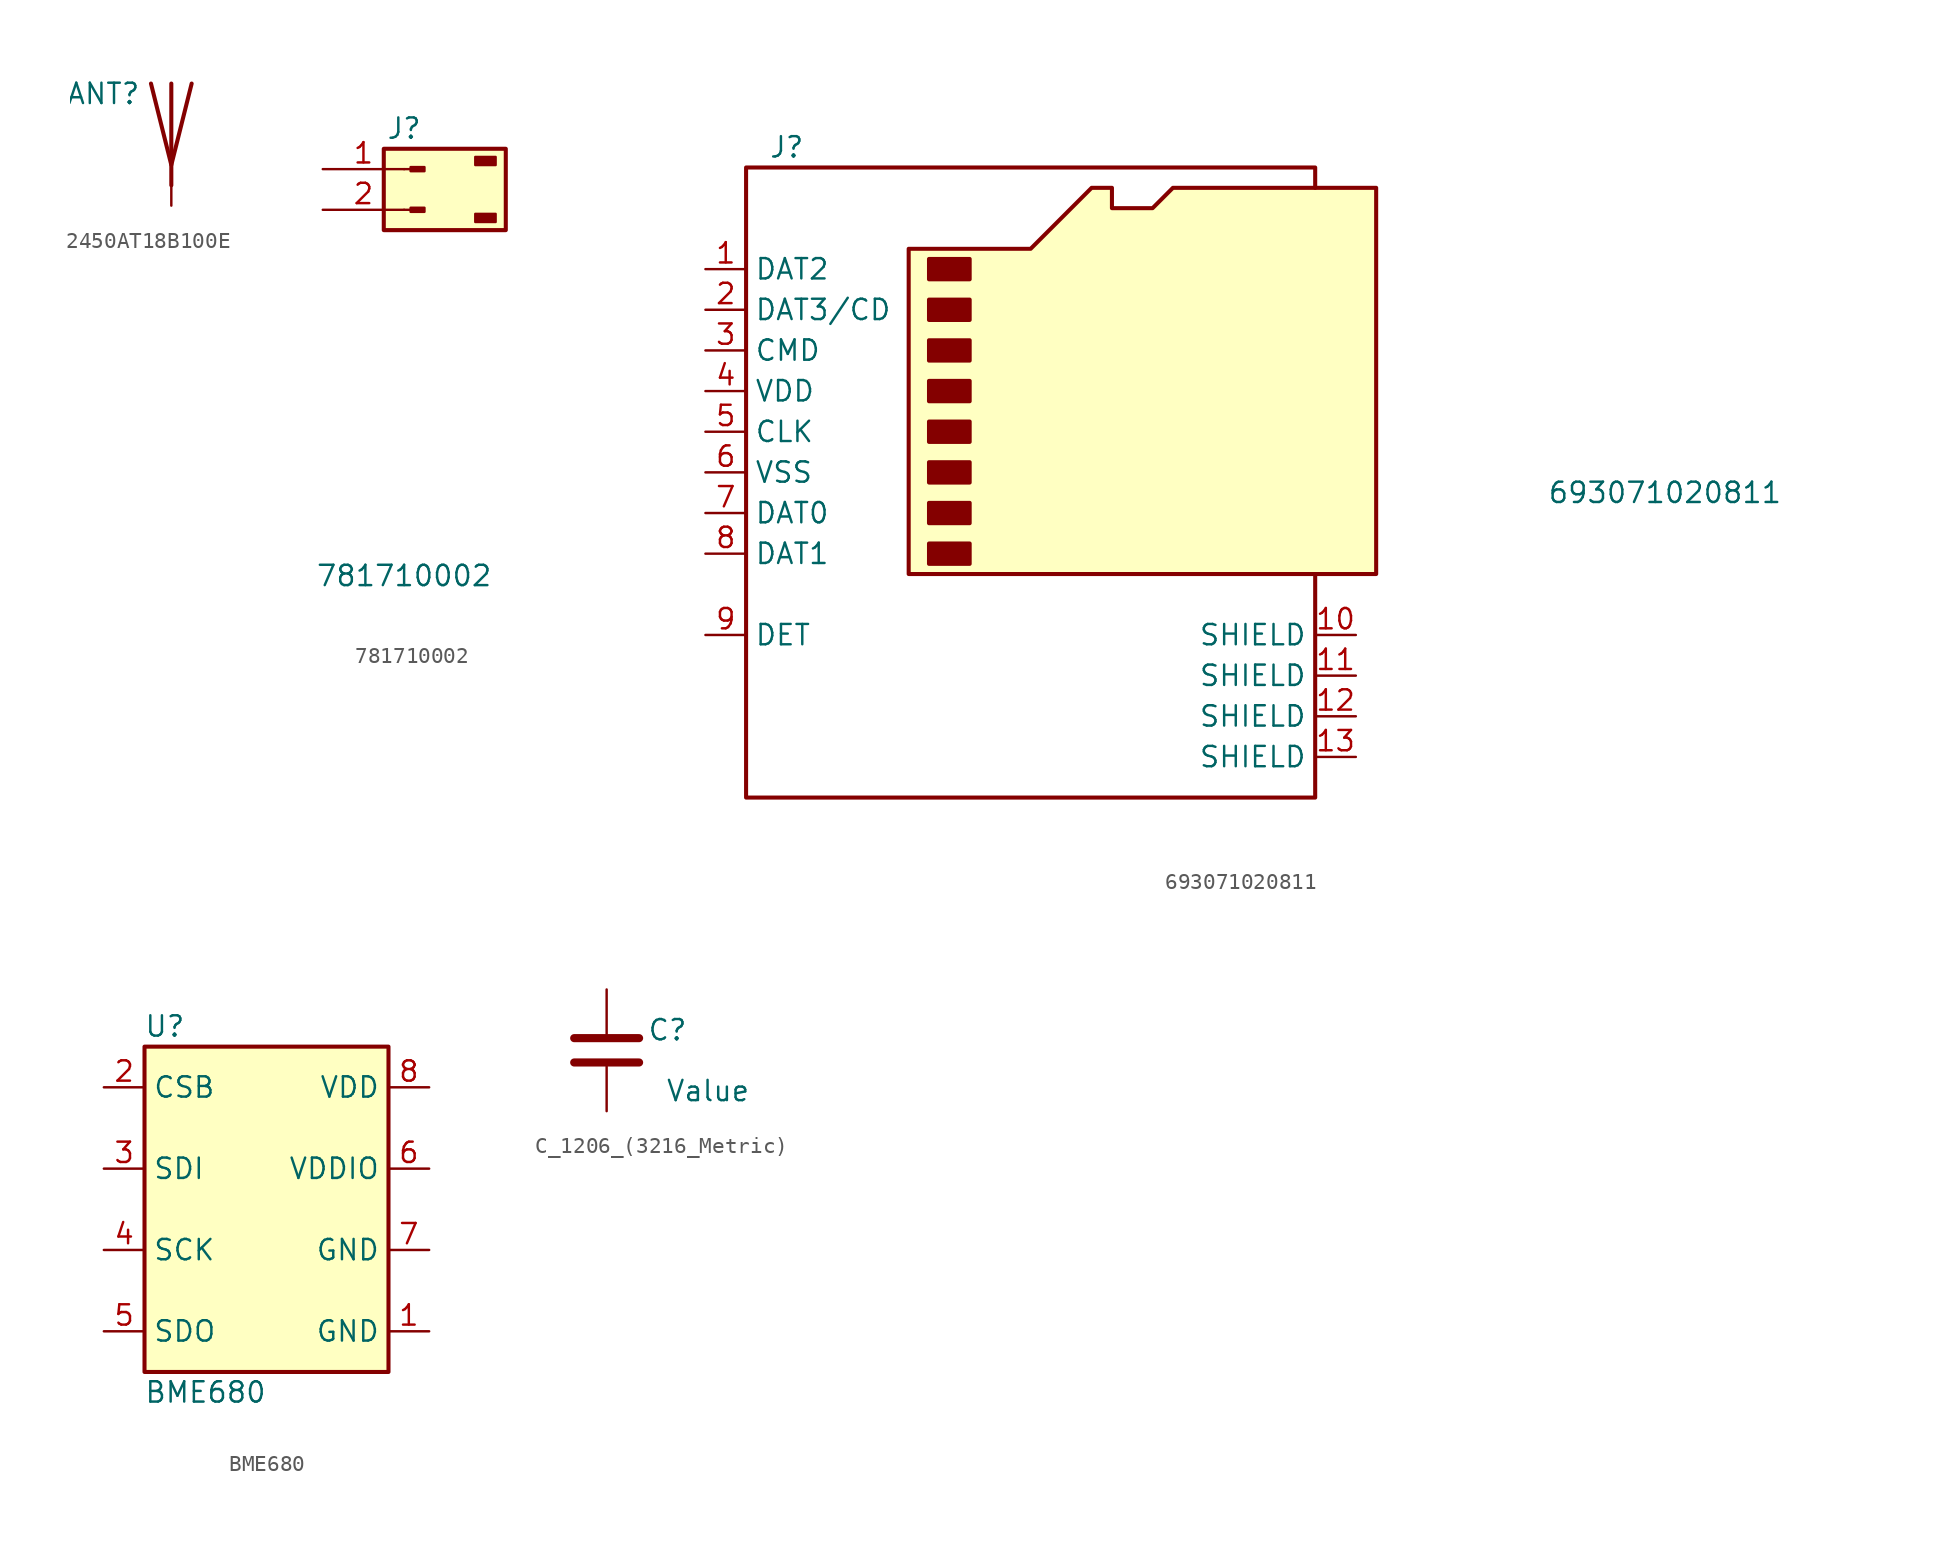
<source format=kicad_sym>
(kicad_symbol_lib
  (version 20220914)
  (generator kicad_symbol_editor)
  (symbol "2450AT18B100E"
    (pin_numbers hide)
    (pin_names
      (offset 1.016) hide)
    (property "Reference" "ANT"
      (at -1.905 1.905 0)
      (effects (font (size 1.27 1.27)) (justify right)))
    (symbol "2450AT18B100E_0_1"
      (polyline (pts (xy 0 2.54) (xy 0 -3.81)) (stroke (width 0.254) (type default)) (fill (type none)))
      (polyline (pts (xy 1.27 2.54) (xy 0 -2.54) (xy -1.27 2.54)) (stroke (width 0.254) (type default)) (fill (type none))))
    (symbol "2450AT18B100E_1_0"
      (pin no_connect line (at 2.54 -5.08 90) (length 2.54) hide (name "B" (effects (font (size 1.27 1.27)))) (number "2" (effects (font (size 1.27 1.27))))))
    (symbol "2450AT18B100E_1_1"
      (pin input line (at 0 -5.08 90) (length 2.54) (name "A" (effects (font (size 1.27 1.27)))) (number "1" (effects (font (size 1.27 1.27)))))))
  (symbol "781710002"
    (pin_names
      (offset 1.016) hide)
    (property "Reference" "J"
      (at 0 2.54 0)
      (effects (font (size 1.27 1.27))))
    (property "Value" "781710002"
      (at 0 -25.4 0)
      (effects (font (size 1.27 1.27))))
    (symbol "781710002_1_0"
      (pin no_connect line (at 2.54 -6.35 90) (length 2.54) hide (name "MP" (effects (font (size 1.27 1.27)))) (number "MP1" (effects (font (size 1.27 1.27)))))
      (pin no_connect line (at 2.54 -6.35 90) (length 2.54) hide (name "MP" (effects (font (size 1.27 1.27)))) (number "MP2" (effects (font (size 1.27 1.27))))))
    (symbol "781710002_1_1"
      (rectangle (start -1.27 1.27) (end 6.35 -3.81) (stroke (width 0.254) (type default)) (fill (type background)))
      (polyline (pts (xy 0 -2.54) (xy 0.406 -2.54)) (stroke (width 0.152) (type default)) (fill (type none)))
      (polyline (pts (xy 0 0) (xy 0.406 0)) (stroke (width 0.152) (type default)) (fill (type none)))
      (rectangle (start 0.406 -2.413) (end 1.27 -2.667) (stroke (width 0.152) (type default)) (fill (type outline)))
      (rectangle (start 0.406 0.127) (end 1.27 -0.127) (stroke (width 0.152) (type default)) (fill (type outline)))
      (rectangle (start 4.445 -2.794) (end 5.715 -3.302) (stroke (width 0) (type default)) (fill (type outline)))
      (rectangle (start 4.445 0.762) (end 5.715 0.254) (stroke (width 0) (type default)) (fill (type outline)))
      (pin passive line (at -5.08 0 0) (length 5.08) (name "Pin_1" (effects (font (size 1.27 1.27)))) (number "1" (effects (font (size 1.27 1.27)))))
      (pin passive line (at -5.08 -2.54 0) (length 5.08) (name "Pin_2" (effects (font (size 1.27 1.27)))) (number "2" (effects (font (size 1.27 1.27)))))))
  (symbol "693071020811"
    (property "Reference" "J"
      (at -16.51 17.78 0)
      (effects (font (size 1.27 1.27))))
    (property "Value" "693071020811"
      (at 45.72 -3.81 0)
      (effects (font (size 1.27 1.27)) (justify right)))
    (symbol "693071020811_0_1"
      (rectangle (start -7.62 -6.985) (end -5.08 -8.255) (stroke (width 0.254) (type default)) (fill (type outline)))
      (rectangle (start -7.62 -4.445) (end -5.08 -5.715) (stroke (width 0.254) (type default)) (fill (type outline)))
      (rectangle (start -7.62 -1.905) (end -5.08 -3.175) (stroke (width 0.254) (type default)) (fill (type outline)))
      (rectangle (start -7.62 0.635) (end -5.08 -0.635) (stroke (width 0.254) (type default)) (fill (type outline)))
      (rectangle (start -7.62 3.175) (end -5.08 1.905) (stroke (width 0.254) (type default)) (fill (type outline)))
      (rectangle (start -7.62 5.715) (end -5.08 4.445) (stroke (width 0.254) (type default)) (fill (type outline)))
      (rectangle (start -7.62 8.255) (end -5.08 6.985) (stroke (width 0.254) (type default)) (fill (type outline)))
      (rectangle (start -7.62 10.795) (end -5.08 9.525) (stroke (width 0.254) (type default)) (fill (type outline)))
      (polyline (pts (xy 16.51 15.24) (xy 16.51 16.51) (xy -19.05 16.51) (xy -19.05 -22.86) (xy 16.51 -22.86) (xy 16.51 -8.89)) (stroke (width 0.254) (type default)) (fill (type none)))
      (polyline (pts (xy -8.89 -8.89) (xy -8.89 11.43) (xy -1.27 11.43) (xy 2.54 15.24) (xy 3.81 15.24) (xy 3.81 13.97) (xy 6.35 13.97) (xy 7.62 15.24) (xy 20.32 15.24) (xy 20.32 -8.89) (xy -8.89 -8.89)) (stroke (width 0.254) (type default)) (fill (type background))))
    (symbol "693071020811_1_0"
      (pin passive line (at 19.05 -15.24 180) (length 2.54) (name "SHIELD" (effects (font (size 1.27 1.27)))) (number "11" (effects (font (size 1.27 1.27)))))
      (pin passive line (at 19.05 -17.78 180) (length 2.54) (name "SHIELD" (effects (font (size 1.27 1.27)))) (number "12" (effects (font (size 1.27 1.27)))))
      (pin passive line (at 19.05 -20.32 180) (length 2.54) (name "SHIELD" (effects (font (size 1.27 1.27)))) (number "13" (effects (font (size 1.27 1.27))))))
    (symbol "693071020811_1_1"
      (pin bidirectional line (at -21.59 10.16 0) (length 2.54) (name "DAT2" (effects (font (size 1.27 1.27)))) (number "1" (effects (font (size 1.27 1.27)))))
      (pin passive line (at 19.05 -12.7 180) (length 2.54) (name "SHIELD" (effects (font (size 1.27 1.27)))) (number "10" (effects (font (size 1.27 1.27)))))
      (pin bidirectional line (at -21.59 7.62 0) (length 2.54) (name "DAT3/CD" (effects (font (size 1.27 1.27)))) (number "2" (effects (font (size 1.27 1.27)))))
      (pin input line (at -21.59 5.08 0) (length 2.54) (name "CMD" (effects (font (size 1.27 1.27)))) (number "3" (effects (font (size 1.27 1.27)))))
      (pin power_in line (at -21.59 2.54 0) (length 2.54) (name "VDD" (effects (font (size 1.27 1.27)))) (number "4" (effects (font (size 1.27 1.27)))))
      (pin input line (at -21.59 0 0) (length 2.54) (name "CLK" (effects (font (size 1.27 1.27)))) (number "5" (effects (font (size 1.27 1.27)))))
      (pin power_in line (at -21.59 -2.54 0) (length 2.54) (name "VSS" (effects (font (size 1.27 1.27)))) (number "6" (effects (font (size 1.27 1.27)))))
      (pin bidirectional line (at -21.59 -5.08 0) (length 2.54) (name "DAT0" (effects (font (size 1.27 1.27)))) (number "7" (effects (font (size 1.27 1.27)))))
      (pin bidirectional line (at -21.59 -7.62 0) (length 2.54) (name "DAT1" (effects (font (size 1.27 1.27)))) (number "8" (effects (font (size 1.27 1.27)))))
      (pin passive line (at -21.59 -12.7 0) (length 2.54) (name "DET" (effects (font (size 1.27 1.27)))) (number "9" (effects (font (size 1.27 1.27)))))))
  (symbol "BME680"
    (property "Reference" "U"
      (at -8.89 11.43 0)
      (effects (font (size 1.27 1.27))))
    (property "Value" "BME680"
      (at -6.35 -11.43 0)
      (effects (font (size 1.27 1.27))))
    (symbol "BME680_0_1"
      (rectangle (start -10.16 10.16) (end 5.08 -10.16) (stroke (width 0.254) (type default)) (fill (type background))))
    (symbol "BME680_1_1"
      (pin power_in line (at 7.62 -7.62 180) (length 2.54) (name "GND" (effects (font (size 1.27 1.27)))) (number "1" (effects (font (size 1.27 1.27)))))
      (pin input line (at -12.7 7.62 0) (length 2.54) (name "CSB" (effects (font (size 1.27 1.27)))) (number "2" (effects (font (size 1.27 1.27)))))
      (pin bidirectional line (at -12.7 2.54 0) (length 2.54) (name "SDI" (effects (font (size 1.27 1.27)))) (number "3" (effects (font (size 1.27 1.27)))))
      (pin input line (at -12.7 -2.54 0) (length 2.54) (name "SCK" (effects (font (size 1.27 1.27)))) (number "4" (effects (font (size 1.27 1.27)))))
      (pin bidirectional line (at -12.7 -7.62 0) (length 2.54) (name "SDO" (effects (font (size 1.27 1.27)))) (number "5" (effects (font (size 1.27 1.27)))))
      (pin power_in line (at 7.62 2.54 180) (length 2.54) (name "VDDIO" (effects (font (size 1.27 1.27)))) (number "6" (effects (font (size 1.27 1.27)))))
      (pin power_in line (at 7.62 -2.54 180) (length 2.54) (name "GND" (effects (font (size 1.27 1.27)))) (number "7" (effects (font (size 1.27 1.27)))))
      (pin power_in line (at 7.62 7.62 180) (length 2.54) (name "VDD" (effects (font (size 1.27 1.27)))) (number "8" (effects (font (size 1.27 1.27)))))))
  (symbol "C_1206_(3216_Metric)"
    (pin_numbers hide)
    (pin_names hide)
    (property "Reference" "C"
      (at 3.81 1.27 0)
      (effects (font (size 1.27 1.27))))
    (property "Value" "Value"
      (at 6.35 -2.54 0)
      (effects (font (size 1.27 1.27))))
    (symbol "C_1206_(3216_Metric)_0_1"
      (polyline (pts (xy -2.032 -0.762) (xy 2.032 -0.762)) (stroke (width 0.508) (type default)) (fill (type none))))
    (symbol "C_1206_(3216_Metric)_1_1"
      (polyline (pts (xy -2.032 0.762) (xy 2.032 0.762)) (stroke (width 0.508) (type default)) (fill (type none)))
      (pin passive line (at 0 3.81 270) (length 2.794) (name "~" (effects (font (size 1.27 1.27)))) (number "1" (effects (font (size 1.27 1.27)))))
      (pin passive line (at 0 -3.81 90) (length 2.794) (name "~" (effects (font (size 1.27 1.27)))) (number "2" (effects (font (size 1.27 1.27))))))))
</source>
